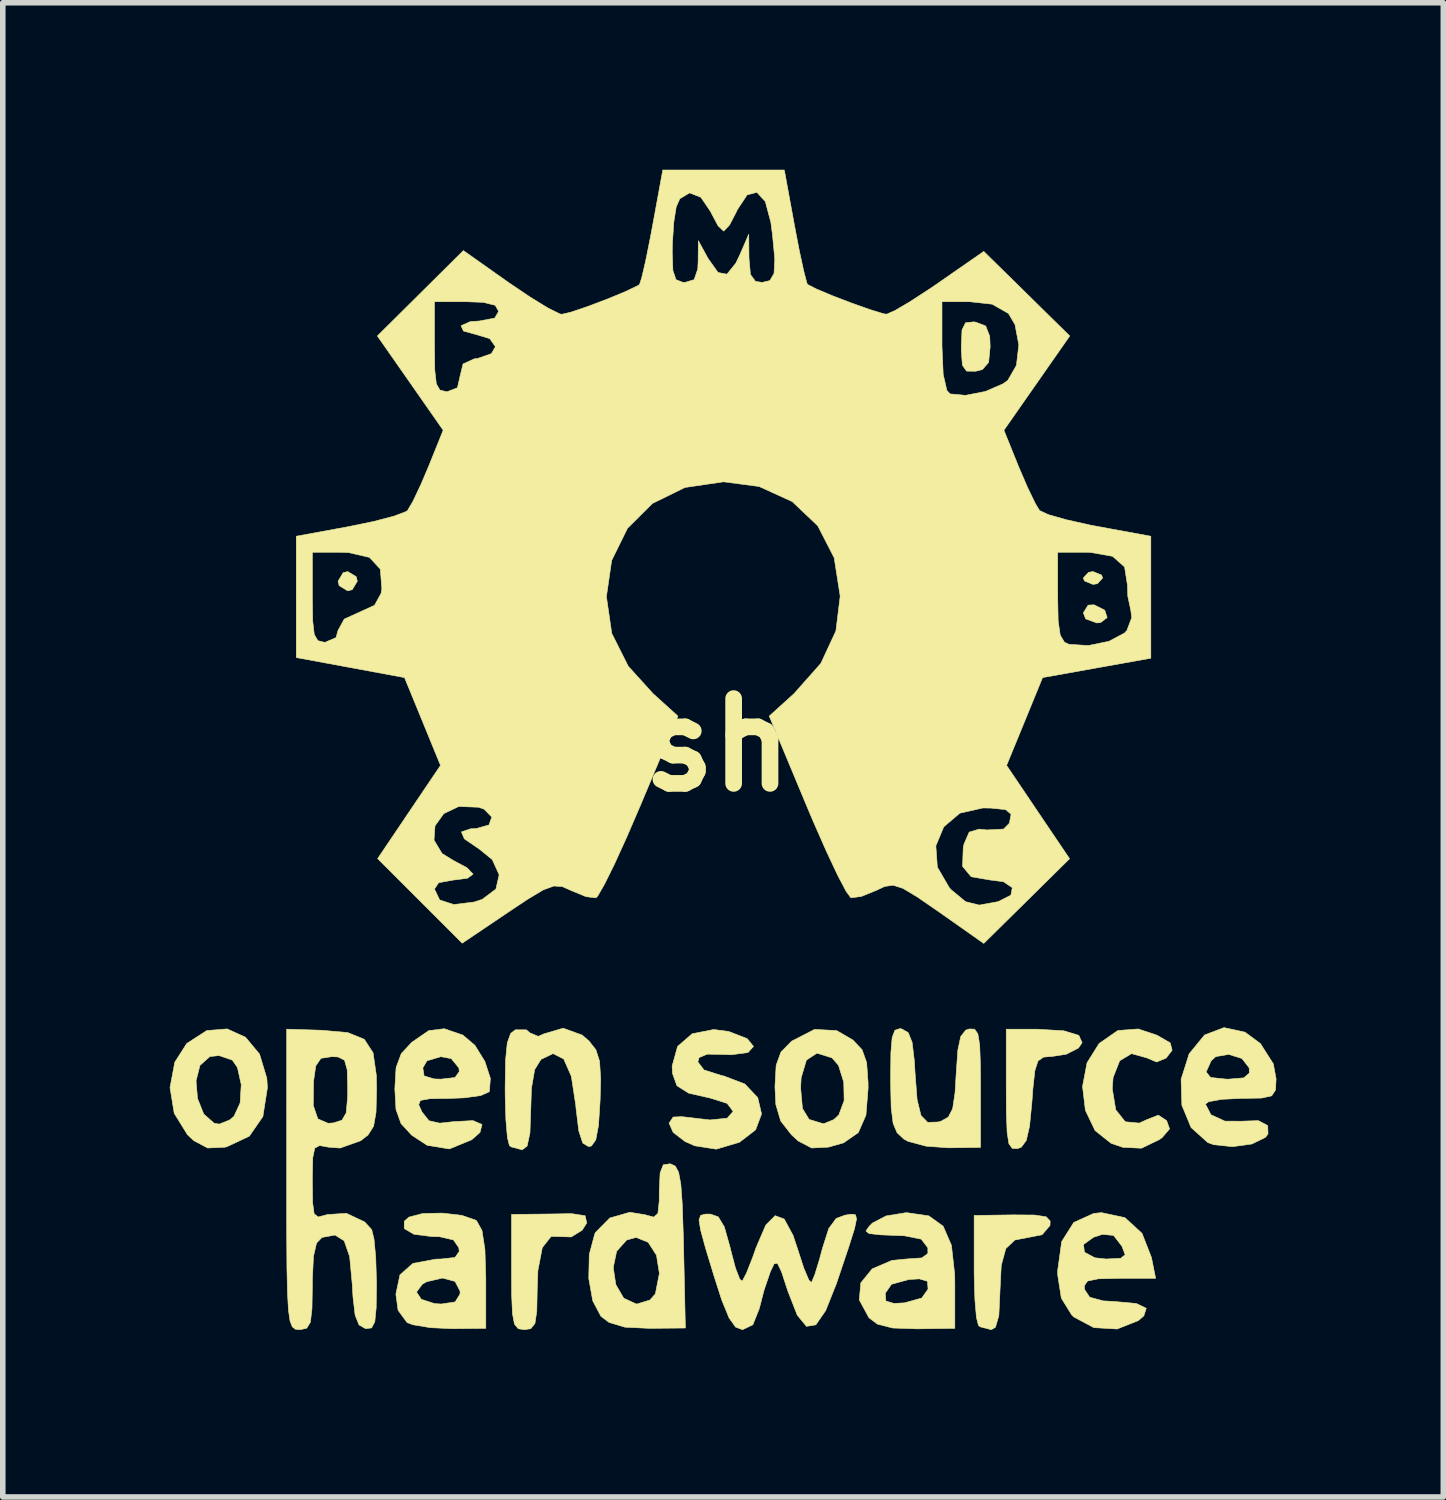
<source format=kicad_pcb>
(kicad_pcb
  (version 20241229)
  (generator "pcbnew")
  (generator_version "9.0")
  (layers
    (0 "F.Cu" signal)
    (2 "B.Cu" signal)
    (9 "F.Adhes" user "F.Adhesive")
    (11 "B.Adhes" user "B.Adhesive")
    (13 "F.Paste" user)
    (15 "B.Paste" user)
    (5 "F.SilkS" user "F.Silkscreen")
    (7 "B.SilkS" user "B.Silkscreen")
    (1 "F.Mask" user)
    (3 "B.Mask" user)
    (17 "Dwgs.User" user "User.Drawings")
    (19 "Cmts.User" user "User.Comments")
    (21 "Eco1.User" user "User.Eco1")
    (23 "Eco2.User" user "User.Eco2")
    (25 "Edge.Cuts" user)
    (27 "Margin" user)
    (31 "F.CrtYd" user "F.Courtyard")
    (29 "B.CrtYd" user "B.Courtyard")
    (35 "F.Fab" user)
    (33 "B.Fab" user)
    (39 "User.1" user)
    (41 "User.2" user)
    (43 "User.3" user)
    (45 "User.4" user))
  (footprint "oshw"
    (layer "F.Cu")
    (at 9.952 10.338)
    (property "Reference" "oshw" (at 0 0 0) (layer "F.SilkS") (effects (font (size 1.524 1.524) (thickness 0.3))))
    (attr through_hole)
    (fp_poly (pts (xy -6.601 -3.025) (xy -6.581 -2.944) (xy -6.673 -2.791) (xy -6.754 -2.771) (xy -6.907 -2.863) (xy -6.927 -2.944) (xy -6.835 -3.097) (xy -6.754 -3.117) (xy -6.601 -3.025)) (stroke (width 0.01) (type solid)) (fill yes) (layer "F.SilkS"))
    (fp_poly (pts (xy 6.792 -3.055) (xy 6.812 -3.002) (xy 6.718 -2.899) (xy 6.639 -2.886) (xy 6.485 -2.949) (xy 6.465 -3.002) (xy 6.559 -3.104) (xy 6.639 -3.117) (xy 6.792 -3.055)) (stroke (width 0.01) (type solid)) (fill yes) (layer "F.SilkS"))
    (fp_poly (pts (xy 6.85 -2.423) (xy 6.893 -2.29) (xy 6.775 -2.2) (xy 6.706 -2.194) (xy 6.508 -2.267) (xy 6.465 -2.375) (xy 6.552 -2.514) (xy 6.658 -2.52) (xy 6.85 -2.423)) (stroke (width 0.01) (type solid)) (fill yes) (layer "F.SilkS"))
    (fp_poly (pts (xy 4.532 -7.599) (xy 4.711 -7.53) (xy 4.783 -7.345) (xy 4.791 -7.158) (xy 4.763 -6.875) (xy 4.651 -6.747) (xy 4.532 -6.717) (xy 4.367 -6.719) (xy 4.292 -6.825) (xy 4.272 -7.094) (xy 4.272 -7.158) (xy 4.285 -7.46) (xy 4.349 -7.589) (xy 4.496 -7.604) (xy 4.532 -7.599)) (stroke (width 0.01) (type solid)) (fill yes) (layer "F.SilkS"))
    (fp_poly (pts (xy 5.592 8.446) (xy 5.798 8.478) (xy 5.869 8.553) (xy 5.866 8.633) (xy 5.725 8.799) (xy 5.5 8.844) (xy 5.235 8.894) (xy 5.072 9.049) (xy 4.99 9.35) (xy 4.966 9.837) (xy 4.966 9.842) (xy 4.947 10.253) (xy 4.886 10.463) (xy 4.811 10.506) (xy 4.614 10.455) (xy 4.58 10.429) (xy 4.544 10.285) (xy 4.517 9.971) (xy 4.504 9.544) (xy 4.503 9.403) (xy 4.503 8.453) (xy 5.203 8.443) (xy 5.592 8.446)) (stroke (width 0.01) (type solid)) (fill yes) (layer "F.SilkS"))
    (fp_poly (pts (xy 6.114 5.135) (xy 6.384 5.217) (xy 6.443 5.349) (xy 6.377 5.445) (xy 6.159 5.556) (xy 5.916 5.594) (xy 5.75 5.608) (xy 5.651 5.677) (xy 5.594 5.852) (xy 5.558 6.182) (xy 5.542 6.407) (xy 5.499 6.848) (xy 5.44 7.106) (xy 5.35 7.227) (xy 5.282 7.252) (xy 5.188 7.248) (xy 5.128 7.165) (xy 5.096 6.962) (xy 5.082 6.599) (xy 5.08 6.199) (xy 5.08 5.107) (xy 5.643 5.107) (xy 6.114 5.135)) (stroke (width 0.01) (type solid)) (fill yes) (layer "F.SilkS"))
    (fp_poly (pts (xy -2.488 8.458) (xy -2.458 8.589) (xy -2.542 8.719) (xy -2.738 8.84) (xy -2.862 8.836) (xy -3.099 8.83) (xy -3.257 9.031) (xy -3.336 9.442) (xy -3.348 9.77) (xy -3.356 10.172) (xy -3.389 10.394) (xy -3.464 10.488) (xy -3.579 10.506) (xy -3.689 10.489) (xy -3.757 10.407) (xy -3.793 10.218) (xy -3.808 9.876) (xy -3.81 9.471) (xy -3.81 8.435) (xy -3.377 8.43) (xy -3.029 8.426) (xy -2.751 8.421) (xy -2.729 8.421) (xy -2.488 8.458)) (stroke (width 0.01) (type solid)) (fill yes) (layer "F.SilkS"))
    (fp_poly (pts (xy 7.788 5.214) (xy 8.026 5.352) (xy 8.061 5.484) (xy 7.952 5.626) (xy 7.782 5.696) (xy 7.605 5.621) (xy 7.33 5.546) (xy 7.119 5.673) (xy 7 5.975) (xy 6.985 6.177) (xy 7.048 6.556) (xy 7.219 6.77) (xy 7.469 6.794) (xy 7.61 6.73) (xy 7.813 6.651) (xy 7.962 6.749) (xy 8.015 6.898) (xy 7.882 7.053) (xy 7.831 7.09) (xy 7.51 7.245) (xy 7.174 7.229) (xy 6.964 7.157) (xy 6.676 6.928) (xy 6.502 6.564) (xy 6.451 6.135) (xy 6.532 5.71) (xy 6.749 5.363) (xy 7.085 5.13) (xy 7.451 5.102) (xy 7.788 5.214)) (stroke (width 0.01) (type solid)) (fill yes) (layer "F.SilkS"))
    (fp_poly (pts (xy -8.591 5.25) (xy -8.338 5.554) (xy -8.207 5.989) (xy -8.197 6.159) (xy -8.278 6.676) (xy -8.522 7.029) (xy -8.929 7.22) (xy -8.969 7.228) (xy -9.271 7.241) (xy -9.518 7.11) (xy -9.633 7.003) (xy -9.871 6.618) (xy -9.947 6.156) (xy -9.924 6.034) (xy -9.479 6.034) (xy -9.453 6.351) (xy -9.341 6.631) (xy -9.154 6.796) (xy -9.063 6.812) (xy -8.877 6.738) (xy -8.798 6.673) (xy -8.687 6.432) (xy -8.667 6.101) (xy -8.735 5.795) (xy -8.827 5.662) (xy -9.066 5.58) (xy -9.231 5.598) (xy -9.409 5.757) (xy -9.479 6.034) (xy -9.924 6.034) (xy -9.861 5.699) (xy -9.646 5.363) (xy -9.287 5.131) (xy -8.921 5.101) (xy -8.591 5.25)) (stroke (width 0.01) (type solid)) (fill yes) (layer "F.SilkS"))
    (fp_poly (pts (xy 3.204 5.102) (xy 3.319 5.168) (xy 3.389 5.344) (xy 3.429 5.681) (xy 3.441 5.889) (xy 3.478 6.372) (xy 3.548 6.657) (xy 3.668 6.78) (xy 3.857 6.774) (xy 3.909 6.759) (xy 4.039 6.686) (xy 4.117 6.534) (xy 4.16 6.247) (xy 4.18 5.912) (xy 4.21 5.484) (xy 4.262 5.238) (xy 4.351 5.124) (xy 4.416 5.102) (xy 4.511 5.106) (xy 4.57 5.19) (xy 4.603 5.393) (xy 4.616 5.758) (xy 4.618 6.146) (xy 4.618 7.23) (xy 4.047 7.238) (xy 3.643 7.209) (xy 3.318 7.123) (xy 3.239 7.08) (xy 3.118 6.967) (xy 3.047 6.797) (xy 3.012 6.516) (xy 3.002 6.068) (xy 3.002 5.989) (xy 3.007 5.528) (xy 3.03 5.254) (xy 3.08 5.125) (xy 3.167 5.096) (xy 3.204 5.102)) (stroke (width 0.01) (type solid)) (fill yes) (layer "F.SilkS"))
    (fp_poly (pts (xy 0.094 5.148) (xy 0.425 5.276) (xy 0.538 5.416) (xy 0.439 5.526) (xy 0.134 5.566) (xy 0.029 5.561) (xy -0.294 5.555) (xy -0.439 5.616) (xy -0.462 5.695) (xy -0.351 5.839) (xy -0.029 5.941) (xy 0.002 5.946) (xy 0.382 6.091) (xy 0.614 6.336) (xy 0.683 6.629) (xy 0.576 6.915) (xy 0.286 7.138) (xy -0.132 7.262) (xy -0.518 7.202) (xy -0.693 7.124) (xy -0.906 6.96) (xy -0.979 6.794) (xy -0.905 6.685) (xy -0.75 6.678) (xy -0.243 6.737) (xy 0.067 6.705) (xy 0.173 6.583) (xy 0.173 6.583) (xy 0.065 6.44) (xy -0.232 6.346) (xy -0.235 6.345) (xy -0.627 6.256) (xy -0.838 6.122) (xy -0.917 5.902) (xy -0.924 5.769) (xy -0.826 5.416) (xy -0.563 5.188) (xy -0.177 5.112) (xy 0.094 5.148)) (stroke (width 0.01) (type solid)) (fill yes) (layer "F.SilkS"))
    (fp_poly (pts (xy 2.032 5.131) (xy 2.325 5.301) (xy 2.489 5.475) (xy 2.571 5.704) (xy 2.597 6.067) (xy 2.598 6.162) (xy 2.559 6.65) (xy 2.422 6.964) (xy 2.156 7.149) (xy 1.882 7.226) (xy 1.583 7.241) (xy 1.339 7.113) (xy 1.22 7.003) (xy 1.027 6.756) (xy 0.94 6.462) (xy 0.925 6.164) (xy 1.385 6.164) (xy 1.418 6.532) (xy 1.538 6.728) (xy 1.778 6.801) (xy 1.804 6.803) (xy 1.981 6.731) (xy 2.072 6.646) (xy 2.167 6.39) (xy 2.16 6.058) (xy 2.066 5.757) (xy 1.95 5.622) (xy 1.678 5.537) (xy 1.489 5.661) (xy 1.394 5.981) (xy 1.385 6.164) (xy 0.925 6.164) (xy 0.924 6.133) (xy 0.945 5.756) (xy 1.031 5.518) (xy 1.217 5.328) (xy 1.228 5.319) (xy 1.635 5.11) (xy 2.032 5.131)) (stroke (width 0.01) (type solid)) (fill yes) (layer "F.SilkS"))
    (fp_poly (pts (xy -2.541 5.212) (xy -2.42 5.316) (xy -2.294 5.476) (xy -2.228 5.682) (xy -2.208 5.999) (xy -2.218 6.384) (xy -2.247 6.835) (xy -2.296 7.095) (xy -2.374 7.205) (xy -2.425 7.216) (xy -2.53 7.152) (xy -2.601 6.935) (xy -2.651 6.529) (xy -2.655 6.477) (xy -2.735 5.954) (xy -2.872 5.642) (xy -3.064 5.545) (xy -3.281 5.649) (xy -3.394 5.832) (xy -3.452 6.168) (xy -3.464 6.537) (xy -3.479 6.97) (xy -3.529 7.205) (xy -3.618 7.274) (xy -3.814 7.222) (xy -3.848 7.197) (xy -3.884 7.053) (xy -3.911 6.738) (xy -3.924 6.31) (xy -3.925 6.154) (xy -3.917 5.66) (xy -3.886 5.351) (xy -3.826 5.183) (xy -3.741 5.117) (xy -3.543 5.118) (xy -3.478 5.173) (xy -3.329 5.235) (xy -3.23 5.191) (xy -2.882 5.088) (xy -2.541 5.212)) (stroke (width 0.01) (type solid)) (fill yes) (layer "F.SilkS"))
    (fp_poly (pts (xy 7.212 8.493) (xy 7.52 8.775) (xy 7.689 9.208) (xy 7.764 9.583) (xy 7.106 9.583) (xy 6.733 9.592) (xy 6.541 9.632) (xy 6.482 9.717) (xy 6.488 9.785) (xy 6.58 9.923) (xy 6.82 9.988) (xy 7.018 9.999) (xy 7.419 10.036) (xy 7.596 10.122) (xy 7.552 10.258) (xy 7.453 10.343) (xy 7.072 10.494) (xy 6.653 10.469) (xy 6.293 10.277) (xy 6.255 10.239) (xy 6.07 9.94) (xy 6.005 9.525) (xy 6.004 9.444) (xy 6.069 8.975) (xy 6.468 8.975) (xy 6.485 9.114) (xy 6.672 9.214) (xy 6.874 9.236) (xy 7.138 9.223) (xy 7.217 9.159) (xy 7.159 9.007) (xy 7.158 9.005) (xy 7.008 8.812) (xy 6.808 8.793) (xy 6.648 8.845) (xy 6.468 8.975) (xy 6.069 8.975) (xy 6.076 8.923) (xy 6.293 8.579) (xy 6.651 8.417) (xy 6.792 8.403) (xy 7.212 8.493)) (stroke (width 0.01) (type solid)) (fill yes) (layer "F.SilkS"))
    (fp_poly (pts (xy 3.688 8.461) (xy 3.946 8.646) (xy 4.095 8.989) (xy 4.154 9.517) (xy 4.156 9.699) (xy 4.156 10.482) (xy 3.479 10.491) (xy 3.039 10.476) (xy 2.764 10.406) (xy 2.613 10.292) (xy 2.439 9.971) (xy 2.45 9.851) (xy 2.906 9.851) (xy 2.917 9.991) (xy 3.062 10.034) (xy 3.251 10.024) (xy 3.562 9.937) (xy 3.675 9.777) (xy 3.664 9.636) (xy 3.518 9.593) (xy 3.33 9.604) (xy 3.018 9.69) (xy 2.906 9.851) (xy 2.45 9.851) (xy 2.467 9.664) (xy 2.671 9.413) (xy 3.023 9.262) (xy 3.279 9.236) (xy 3.564 9.216) (xy 3.672 9.137) (xy 3.671 9.034) (xy 3.552 8.879) (xy 3.251 8.819) (xy 3.23 8.818) (xy 2.826 8.802) (xy 2.615 8.779) (xy 2.558 8.733) (xy 2.617 8.649) (xy 2.675 8.59) (xy 2.92 8.462) (xy 3.27 8.405) (xy 3.301 8.405) (xy 3.688 8.461)) (stroke (width 0.01) (type solid)) (fill yes) (layer "F.SilkS"))
    (fp_poly (pts (xy -4.702 8.452) (xy -4.454 8.538) (xy -4.437 8.551) (xy -4.341 8.723) (xy -4.288 9.065) (xy -4.272 9.585) (xy -4.272 10.482) (xy -4.878 10.488) (xy -5.265 10.47) (xy -5.579 10.418) (xy -5.686 10.379) (xy -5.848 10.158) (xy -5.888 9.87) (xy -5.88 9.83) (xy -5.517 9.83) (xy -5.432 9.96) (xy -5.194 10.037) (xy -5.073 10.045) (xy -4.823 10.007) (xy -4.736 9.867) (xy -4.734 9.814) (xy -4.825 9.639) (xy -5.05 9.578) (xy -5.331 9.643) (xy -5.412 9.687) (xy -5.517 9.83) (xy -5.88 9.83) (xy -5.815 9.521) (xy -5.582 9.315) (xy -5.168 9.238) (xy -5.079 9.236) (xy -4.826 9.208) (xy -4.75 9.101) (xy -4.757 9.034) (xy -4.853 8.893) (xy -5.102 8.836) (xy -5.246 8.832) (xy -5.563 8.792) (xy -5.738 8.689) (xy -5.737 8.556) (xy -5.653 8.483) (xy -5.409 8.419) (xy -5.056 8.411) (xy -4.702 8.452)) (stroke (width 0.01) (type solid)) (fill yes) (layer "F.SilkS"))
    (fp_poly (pts (xy -0.953 7.526) (xy -0.867 7.567) (xy -0.808 7.676) (xy -0.768 7.891) (xy -0.742 8.249) (xy -0.724 8.788) (xy -0.718 9.021) (xy -0.686 10.476) (xy -1.334 10.482) (xy -1.773 10.461) (xy -2.057 10.376) (xy -2.203 10.266) (xy -2.35 9.989) (xy -2.422 9.587) (xy -2.418 9.389) (xy -1.982 9.389) (xy -1.936 9.696) (xy -1.794 9.94) (xy -1.569 10.044) (xy -1.559 10.045) (xy -1.323 9.973) (xy -1.225 9.862) (xy -1.153 9.494) (xy -1.205 9.169) (xy -1.354 8.936) (xy -1.572 8.848) (xy -1.74 8.894) (xy -1.921 9.096) (xy -1.982 9.389) (xy -2.418 9.389) (xy -2.413 9.155) (xy -2.316 8.79) (xy -2.302 8.76) (xy -2.044 8.499) (xy -1.685 8.396) (xy -1.414 8.44) (xy -1.256 8.483) (xy -1.18 8.419) (xy -1.156 8.2) (xy -1.155 8.013) (xy -1.14 7.689) (xy -1.083 7.543) (xy -0.961 7.525) (xy -0.953 7.526)) (stroke (width 0.01) (type solid)) (fill yes) (layer "F.SilkS"))
    (fp_poly (pts (xy -4.685 5.212) (xy -4.469 5.395) (xy -4.29 5.684) (xy -4.19 5.99) (xy -4.208 6.224) (xy -4.213 6.232) (xy -4.36 6.298) (xy -4.662 6.34) (xy -4.918 6.35) (xy -5.276 6.355) (xy -5.448 6.386) (xy -5.478 6.464) (xy -5.419 6.594) (xy -5.294 6.751) (xy -5.1 6.795) (xy -4.845 6.767) (xy -4.502 6.749) (xy -4.34 6.819) (xy -4.377 6.962) (xy -4.526 7.093) (xy -4.927 7.258) (xy -5.326 7.193) (xy -5.603 7.012) (xy -5.796 6.802) (xy -5.886 6.549) (xy -5.907 6.177) (xy -5.885 5.802) (xy -5.404 5.802) (xy -5.381 5.946) (xy -5.199 6) (xy -5.08 6.004) (xy -4.826 5.975) (xy -4.749 5.868) (xy -4.756 5.802) (xy -4.893 5.635) (xy -5.08 5.6) (xy -5.33 5.674) (xy -5.404 5.802) (xy -5.885 5.802) (xy -5.884 5.794) (xy -5.791 5.545) (xy -5.603 5.342) (xy -5.298 5.132) (xy -5.018 5.098) (xy -4.685 5.212)) (stroke (width 0.01) (type solid)) (fill yes) (layer "F.SilkS"))
    (fp_poly (pts (xy 9.37 5.16) (xy 9.646 5.363) (xy 9.879 5.728) (xy 9.929 5.998) (xy 9.919 6.199) (xy 9.85 6.304) (xy 9.666 6.344) (xy 9.31 6.35) (xy 9.294 6.35) (xy 8.946 6.367) (xy 8.716 6.41) (xy 8.659 6.451) (xy 8.759 6.644) (xy 9.008 6.758) (xy 9.327 6.76) (xy 9.336 6.758) (xy 9.612 6.75) (xy 9.779 6.839) (xy 9.784 6.989) (xy 9.736 7.051) (xy 9.494 7.169) (xy 9.145 7.217) (xy 8.808 7.182) (xy 8.701 7.143) (xy 8.401 6.873) (xy 8.236 6.473) (xy 8.222 6.006) (xy 8.264 5.875) (xy 8.672 5.875) (xy 8.752 5.974) (xy 9.028 6.003) (xy 9.072 6.004) (xy 9.348 5.981) (xy 9.448 5.895) (xy 9.446 5.802) (xy 9.315 5.633) (xy 9.077 5.559) (xy 8.845 5.599) (xy 8.761 5.676) (xy 8.672 5.875) (xy 8.264 5.875) (xy 8.366 5.55) (xy 8.644 5.21) (xy 8.993 5.078) (xy 9.37 5.16)) (stroke (width 0.01) (type solid)) (fill yes) (layer "F.SilkS"))
    (fp_poly (pts (xy -0.095 8.478) (xy 0.014 8.659) (xy 0.115 9.017) (xy 0.126 9.064) (xy 0.213 9.395) (xy 0.292 9.599) (xy 0.336 9.633) (xy 0.41 9.493) (xy 0.522 9.21) (xy 0.587 9.026) (xy 0.759 8.626) (xy 0.927 8.457) (xy 1.09 8.518) (xy 1.249 8.811) (xy 1.333 9.064) (xy 1.442 9.4) (xy 1.533 9.614) (xy 1.579 9.659) (xy 1.638 9.523) (xy 1.725 9.239) (xy 1.777 9.044) (xy 1.891 8.688) (xy 2.024 8.507) (xy 2.183 8.448) (xy 2.3 8.43) (xy 2.371 8.441) (xy 2.39 8.516) (xy 2.353 8.693) (xy 2.254 9.006) (xy 2.091 9.492) (xy 2.028 9.679) (xy 1.835 10.163) (xy 1.658 10.419) (xy 1.49 10.446) (xy 1.325 10.246) (xy 1.158 9.819) (xy 1.156 9.814) (xy 1.042 9.466) (xy 0.968 9.312) (xy 0.908 9.323) (xy 0.84 9.467) (xy 0.728 9.796) (xy 0.641 10.131) (xy 0.526 10.418) (xy 0.341 10.506) (xy 0.217 10.46) (xy 0.1 10.296) (xy -0.031 9.977) (xy -0.169 9.548) (xy -0.323 9.042) (xy -0.412 8.717) (xy -0.441 8.534) (xy -0.411 8.451) (xy -0.324 8.429) (xy -0.239 8.428) (xy -0.095 8.478)) (stroke (width 0.01) (type solid)) (fill yes) (layer "F.SilkS"))
    (fp_poly (pts (xy -7.23 5.125) (xy -6.753 5.167) (xy -6.456 5.288) (xy -6.298 5.53) (xy -6.239 5.937) (xy -6.235 6.188) (xy -6.245 6.601) (xy -6.289 6.851) (xy -6.388 7.007) (xy -6.522 7.111) (xy -6.891 7.242) (xy -7.1 7.226) (xy -7.26 7.197) (xy -7.346 7.244) (xy -7.382 7.417) (xy -7.389 7.763) (xy -7.389 7.846) (xy -7.384 8.227) (xy -7.357 8.423) (xy -7.285 8.481) (xy -7.149 8.446) (xy -7.123 8.437) (xy -6.776 8.415) (xy -6.448 8.571) (xy -6.323 8.707) (xy -6.281 8.878) (xy -6.25 9.21) (xy -6.237 9.636) (xy -6.236 9.678) (xy -6.242 10.114) (xy -6.267 10.364) (xy -6.324 10.474) (xy -6.424 10.487) (xy -6.437 10.485) (xy -6.55 10.42) (xy -6.62 10.248) (xy -6.659 9.918) (xy -6.673 9.679) (xy -6.719 9.192) (xy -6.817 8.909) (xy -6.982 8.805) (xy -7.216 8.848) (xy -7.314 8.95) (xy -7.369 9.189) (xy -7.389 9.607) (xy -7.389 9.711) (xy -7.396 10.131) (xy -7.424 10.371) (xy -7.49 10.479) (xy -7.607 10.506) (xy -7.62 10.506) (xy -7.693 10.498) (xy -7.749 10.456) (xy -7.79 10.351) (xy -7.818 10.157) (xy -7.836 9.846) (xy -7.846 9.39) (xy -7.85 8.761) (xy -7.851 7.934) (xy -7.851 7.806) (xy -7.851 6.477) (xy -7.373 6.477) (xy -7.29 6.718) (xy -7.107 6.797) (xy -7.014 6.791) (xy -6.858 6.742) (xy -6.781 6.611) (xy -6.756 6.336) (xy -6.754 6.177) (xy -6.763 5.834) (xy -6.811 5.663) (xy -6.927 5.605) (xy -7.043 5.6) (xy -7.235 5.63) (xy -7.328 5.766) (xy -7.368 6.045) (xy -7.373 6.477) (xy -7.851 6.477) (xy -7.851 5.106) (xy -7.23 5.125)) (stroke (width 0.01) (type solid)) (fill yes) (layer "F.SilkS"))
    (fp_poly (pts (xy 1.277 -9.323) (xy 1.364 -8.87) (xy 1.442 -8.513) (xy 1.496 -8.306) (xy 1.51 -8.276) (xy 1.671 -8.194) (xy 1.964 -8.071) (xy 2.315 -7.937) (xy 2.644 -7.821) (xy 2.876 -7.75) (xy 2.931 -7.742) (xy 3.079 -7.807) (xy 3.349 -7.966) (xy 3.925 -7.966) (xy 3.925 -7.168) (xy 3.947 -6.659) (xy 4.013 -6.372) (xy 4.07 -6.31) (xy 4.348 -6.284) (xy 4.706 -6.354) (xy 5.026 -6.493) (xy 5.109 -6.554) (xy 5.263 -6.823) (xy 5.306 -7.191) (xy 5.237 -7.556) (xy 5.12 -7.755) (xy 4.827 -7.922) (xy 4.427 -7.966) (xy 3.925 -7.966) (xy 3.349 -7.966) (xy 3.363 -7.975) (xy 3.73 -8.214) (xy 3.868 -8.309) (xy 4.676 -8.87) (xy 5.448 -8.111) (xy 6.221 -7.351) (xy 5.038 -5.657) (xy 5.306 -4.993) (xy 5.465 -4.624) (xy 5.604 -4.337) (xy 5.679 -4.214) (xy 5.835 -4.141) (xy 6.158 -4.049) (xy 6.587 -3.953) (xy 6.731 -3.926) (xy 7.678 -3.752) (xy 7.678 -1.56) (xy 6.705 -1.386) (xy 5.733 -1.212) (xy 5.41 -0.423) (xy 5.086 0.366) (xy 5.652 1.205) (xy 6.218 2.043) (xy 4.676 3.565) (xy 3.876 3.002) (xy 3.483 2.731) (xy 3.224 2.576) (xy 3.047 2.519) (xy 2.896 2.541) (xy 2.742 2.613) (xy 2.476 2.721) (xy 2.291 2.745) (xy 2.287 2.744) (xy 2.202 2.628) (xy 2.049 2.337) (xy 1.847 1.907) (xy 1.805 1.811) (xy 3.815 1.811) (xy 3.842 2.195) (xy 4.059 2.567) (xy 4.093 2.603) (xy 4.349 2.815) (xy 4.595 2.876) (xy 4.936 2.814) (xy 5.163 2.698) (xy 5.189 2.563) (xy 5.03 2.456) (xy 4.788 2.425) (xy 4.45 2.367) (xy 4.295 2.181) (xy 4.307 1.844) (xy 4.322 1.777) (xy 4.414 1.565) (xy 4.593 1.511) (xy 4.735 1.526) (xy 5.032 1.51) (xy 5.136 1.406) (xy 5.167 1.244) (xy 5.071 1.161) (xy 4.803 1.133) (xy 4.659 1.131) (xy 4.245 1.225) (xy 3.957 1.47) (xy 3.815 1.811) (xy 1.805 1.811) (xy 1.614 1.378) (xy 1.493 1.092) (xy 0.821 -0.52) (xy 1.267 -0.924) (xy 1.749 -1.468) (xy 2.019 -2.05) (xy 2.096 -2.675) (xy 1.988 -3.364) (xy 1.937 -3.464) (xy 6.004 -3.464) (xy 6.004 -2.664) (xy 6.013 -2.229) (xy 6.05 -1.974) (xy 6.126 -1.848) (xy 6.206 -1.81) (xy 6.556 -1.788) (xy 6.926 -1.864) (xy 7.206 -2.013) (xy 7.247 -2.057) (xy 7.335 -2.289) (xy 7.318 -2.421) (xy 7.264 -2.676) (xy 7.258 -2.874) (xy 7.206 -3.201) (xy 6.991 -3.391) (xy 6.591 -3.462) (xy 6.509 -3.464) (xy 6.004 -3.464) (xy 1.937 -3.464) (xy 1.693 -3.939) (xy 1.235 -4.374) (xy 0.639 -4.646) (xy 0 -4.73) (xy -0.694 -4.628) (xy -1.278 -4.341) (xy -1.726 -3.895) (xy -2.011 -3.316) (xy -2.105 -2.667) (xy -2.009 -2.006) (xy -1.712 -1.415) (xy -1.267 -0.924) (xy -0.82 -0.52) (xy -1.498 1.094) (xy -1.741 1.658) (xy -1.961 2.141) (xy -2.141 2.505) (xy -2.261 2.713) (xy -2.293 2.746) (xy -2.47 2.725) (xy -2.73 2.618) (xy -2.731 2.618) (xy -2.896 2.544) (xy -3.047 2.533) (xy -3.238 2.602) (xy -3.52 2.771) (xy -3.873 3.006) (xy -4.696 3.561) (xy -5.456 2.801) (xy -6.216 2.041) (xy -5.992 1.709) (xy -5.203 1.709) (xy -5.059 1.949) (xy -4.849 2.078) (xy -4.611 2.205) (xy -4.503 2.317) (xy -4.503 2.323) (xy -4.603 2.394) (xy -4.845 2.425) (xy -4.849 2.425) (xy -5.119 2.474) (xy -5.195 2.588) (xy -5.101 2.784) (xy -4.848 2.866) (xy -4.486 2.822) (xy -4.337 2.774) (xy -4.091 2.589) (xy -4.032 2.331) (xy -4.156 2.059) (xy -4.387 1.871) (xy -4.658 1.685) (xy -4.711 1.561) (xy -4.545 1.505) (xy -4.445 1.501) (xy -4.215 1.436) (xy -4.165 1.294) (xy -4.303 1.153) (xy -4.4 1.118) (xy -4.758 1.104) (xy -5.028 1.233) (xy -5.185 1.452) (xy -5.203 1.709) (xy -5.992 1.709) (xy -5.651 1.203) (xy -5.086 0.366) (xy -5.409 -0.423) (xy -5.733 -1.212) (xy -6.705 -1.392) (xy -7.678 -1.572) (xy -7.678 -3.464) (xy -7.389 -3.464) (xy -7.389 -2.655) (xy -7.383 -2.231) (xy -7.355 -1.987) (xy -7.291 -1.876) (xy -7.177 -1.847) (xy -7.158 -1.847) (xy -6.964 -1.93) (xy -6.927 -2.061) (xy -6.816 -2.263) (xy -6.552 -2.383) (xy -6.272 -2.511) (xy -6.154 -2.725) (xy -6.14 -2.81) (xy -6.168 -3.161) (xy -6.363 -3.372) (xy -6.741 -3.459) (xy -6.884 -3.464) (xy -7.389 -3.464) (xy -7.678 -3.464) (xy -7.678 -3.752) (xy -6.731 -3.926) (xy -6.282 -4.019) (xy -5.92 -4.114) (xy -5.706 -4.195) (xy -5.679 -4.214) (xy -5.583 -4.377) (xy -5.438 -4.683) (xy -5.306 -4.993) (xy -5.038 -5.657) (xy -5.629 -6.504) (xy -6.221 -7.351) (xy -5.601 -7.966) (xy -5.195 -7.966) (xy -5.195 -7.158) (xy -5.189 -6.733) (xy -5.161 -6.49) (xy -5.097 -6.379) (xy -4.983 -6.35) (xy -4.965 -6.35) (xy -4.782 -6.42) (xy -4.734 -6.631) (xy -4.681 -6.848) (xy -4.479 -6.94) (xy -4.416 -6.948) (xy -4.172 -7.033) (xy -4.099 -7.158) (xy -4.202 -7.303) (xy -4.416 -7.368) (xy -4.673 -7.439) (xy -4.717 -7.535) (xy -4.553 -7.608) (xy -4.387 -7.62) (xy -4.112 -7.672) (xy -4.041 -7.793) (xy -4.103 -7.902) (xy -4.317 -7.955) (xy -4.618 -7.966) (xy -5.195 -7.966) (xy -5.601 -7.966) (xy -4.675 -8.885) (xy -3.867 -8.314) (xy -3.482 -8.054) (xy -3.157 -7.854) (xy -2.945 -7.749) (xy -2.908 -7.74) (xy -2.741 -7.779) (xy -2.443 -7.88) (xy -2.091 -8.013) (xy -1.766 -8.147) (xy -1.546 -8.253) (xy -1.51 -8.275) (xy -1.47 -8.398) (xy -1.401 -8.695) (xy -1.367 -8.861) (xy -0.922 -8.861) (xy -0.91 -8.526) (xy -0.854 -8.362) (xy -0.73 -8.314) (xy -0.693 -8.313) (xy -0.528 -8.363) (xy -0.463 -8.556) (xy -0.457 -8.688) (xy -0.453 -9.063) (xy -0.28 -8.746) (xy -0.099 -8.491) (xy 0.061 -8.461) (xy 0.22 -8.658) (xy 0.29 -8.803) (xy 0.453 -9.179) (xy 0.457 -8.746) (xy 0.483 -8.455) (xy 0.574 -8.332) (xy 0.693 -8.313) (xy 0.833 -8.346) (xy 0.907 -8.474) (xy 0.921 -8.733) (xy 0.88 -9.164) (xy 0.85 -9.393) (xy 0.751 -9.765) (xy 0.6 -9.932) (xy 0.424 -9.886) (xy 0.247 -9.619) (xy 0.231 -9.583) (xy 0.108 -9.345) (xy 0.005 -9.237) (xy 0 -9.236) (xy -0.099 -9.331) (xy -0.222 -9.562) (xy -0.231 -9.583) (xy -0.407 -9.842) (xy -0.611 -9.922) (xy -0.786 -9.816) (xy -0.851 -9.669) (xy -0.894 -9.396) (xy -0.919 -9.014) (xy -0.922 -8.861) (xy -1.367 -8.861) (xy -1.317 -9.112) (xy -1.277 -9.323) (xy -1.092 -10.333) (xy 1.092 -10.333) (xy 1.277 -9.323)) (stroke (width 0.01) (type solid)) (fill yes) (layer "F.SilkS")))
  (gr_rect
    (start -3 -3)
    (end 22.886 23.85)
    (stroke (width 0.1) (type default))
    (fill no)
    (layer "Edge.Cuts")))
</source>
